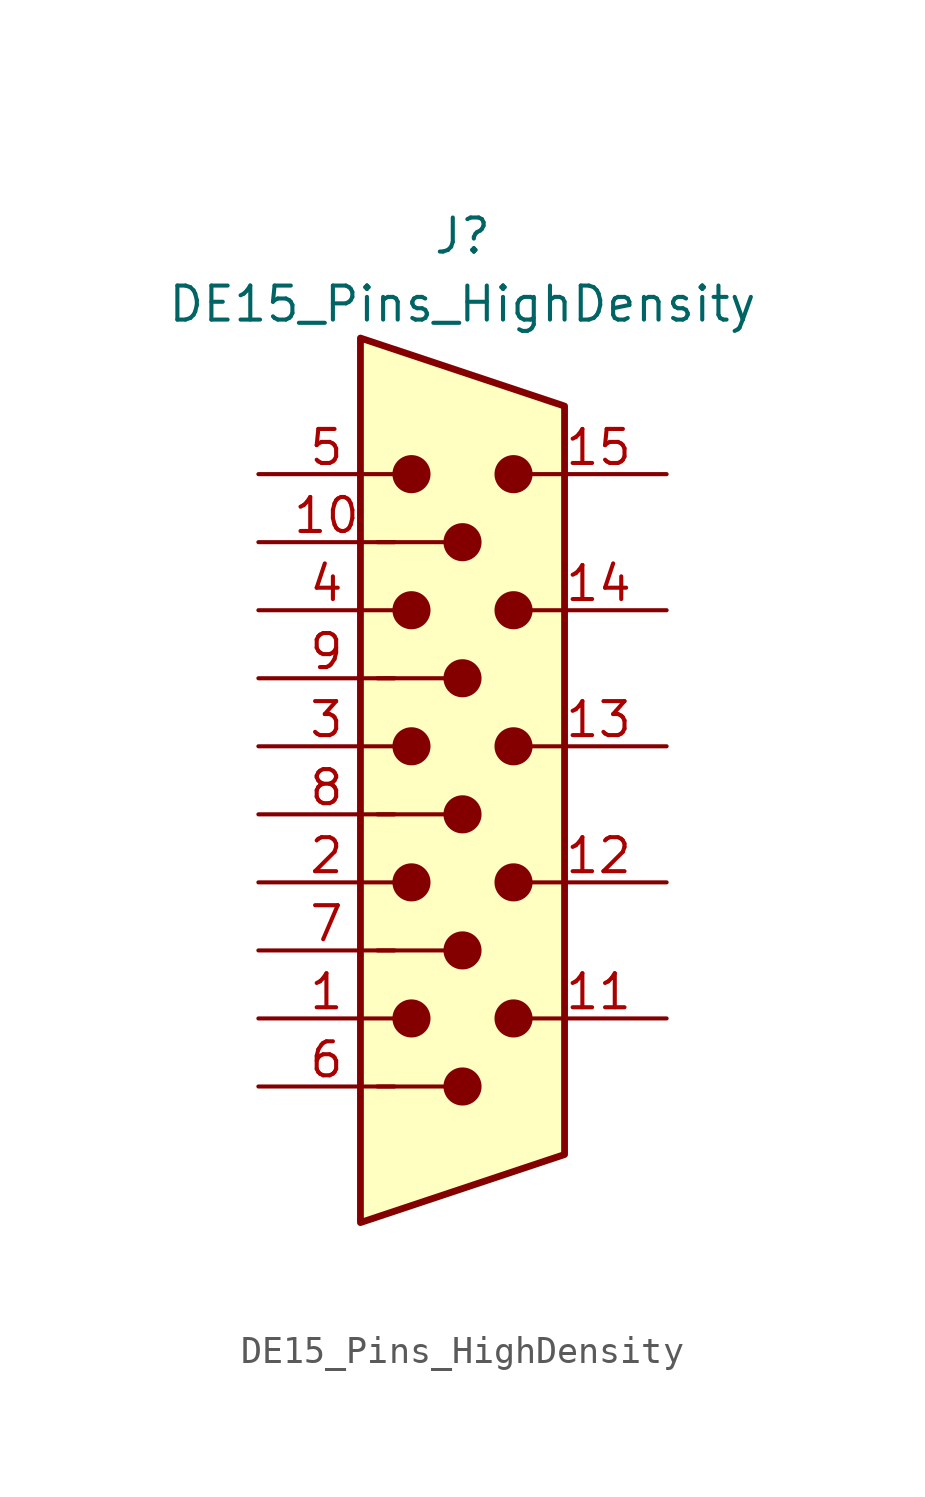
<source format=kicad_sym>
(kicad_symbol_lib
  (version 20241209)
  (generator "kicad_symbol_editor")
  (generator_version "9.0")
  (symbol "DE15_Pins_HighDensity"
    (pin_names
      (offset 1.016)
      (hide yes))
    (property "Reference" "J"
      (at 0 21.59 0)
      (effects (font (size 1.27 1.27))))
    (property "Value" "DE15_Pins_HighDensity"
      (at 0 19.05 0)
      (effects (font (size 1.27 1.27))))
    (symbol "DE15_Pins_HighDensity_0_1"
      (polyline (pts (xy -3.81 17.78) (xy -3.81 -15.24) (xy 3.81 -12.7) (xy 3.81 15.24) (xy -3.81 17.78)) (stroke (width 0.254) (type default)) (fill (type background)))
      (polyline (pts (xy -3.175 -5.08) (xy -0.635 -5.08)) (stroke (width 0) (type default)) (fill (type none)))
      (circle (center -1.905 12.7) (radius 0.635) (stroke (width 0) (type default)) (fill (type outline)))
      (circle (center -1.905 7.62) (radius 0.635) (stroke (width 0) (type default)) (fill (type outline)))
      (circle (center -1.905 2.54) (radius 0.635) (stroke (width 0) (type default)) (fill (type outline)))
      (circle (center -1.905 -2.54) (radius 0.635) (stroke (width 0) (type default)) (fill (type outline)))
      (circle (center -1.905 -7.62) (radius 0.635) (stroke (width 0) (type default)) (fill (type outline)))
      (polyline (pts (xy -0.635 10.16) (xy -3.175 10.16)) (stroke (width 0) (type default)) (fill (type none)))
      (polyline (pts (xy -0.635 5.08) (xy -3.175 5.08)) (stroke (width 0) (type default)) (fill (type none)))
      (polyline (pts (xy -0.635 0) (xy -3.175 0)) (stroke (width 0) (type default)) (fill (type none)))
      (polyline (pts (xy -0.635 -10.16) (xy -3.175 -10.16)) (stroke (width 0) (type default)) (fill (type none)))
      (circle (center 0 10.16) (radius 0.635) (stroke (width 0) (type default)) (fill (type outline)))
      (circle (center 0 5.08) (radius 0.635) (stroke (width 0) (type default)) (fill (type outline)))
      (circle (center 0 0) (radius 0.635) (stroke (width 0) (type default)) (fill (type outline)))
      (circle (center 0 -5.08) (radius 0.635) (stroke (width 0) (type default)) (fill (type outline)))
      (circle (center 0 -10.16) (radius 0.635) (stroke (width 0) (type default)) (fill (type outline)))
      (circle (center 1.905 12.7) (radius 0.635) (stroke (width 0) (type default)) (fill (type outline)))
      (circle (center 1.905 7.62) (radius 0.635) (stroke (width 0) (type default)) (fill (type outline)))
      (circle (center 1.905 2.54) (radius 0.635) (stroke (width 0) (type default)) (fill (type outline)))
      (circle (center 1.905 -2.54) (radius 0.635) (stroke (width 0) (type default)) (fill (type outline)))
      (circle (center 1.905 -7.62) (radius 0.635) (stroke (width 0) (type default)) (fill (type outline))))
    (symbol "DE15_Pins_HighDensity_1_1"
      (pin passive line (at -7.62 12.7 0) (length 5.08) (name "~" (effects (font (size 1.27 1.27)))) (number "5" (effects (font (size 1.27 1.27)))))
      (pin passive line (at -7.62 10.16 0) (length 5.08) (name "~" (effects (font (size 1.27 1.27)))) (number "10" (effects (font (size 1.27 1.27)))))
      (pin passive line (at -7.62 7.62 0) (length 5.08) (name "~" (effects (font (size 1.27 1.27)))) (number "4" (effects (font (size 1.27 1.27)))))
      (pin passive line (at -7.62 5.08 0) (length 5.08) (name "~" (effects (font (size 1.27 1.27)))) (number "9" (effects (font (size 1.27 1.27)))))
      (pin passive line (at -7.62 2.54 0) (length 5.08) (name "~" (effects (font (size 1.27 1.27)))) (number "3" (effects (font (size 1.27 1.27)))))
      (pin passive line (at -7.62 0 0) (length 5.08) (name "~" (effects (font (size 1.27 1.27)))) (number "8" (effects (font (size 1.27 1.27)))))
      (pin passive line (at -7.62 -2.54 0) (length 5.08) (name "~" (effects (font (size 1.27 1.27)))) (number "2" (effects (font (size 1.27 1.27)))))
      (pin passive line (at -7.62 -5.08 0) (length 5.08) (name "~" (effects (font (size 1.27 1.27)))) (number "7" (effects (font (size 1.27 1.27)))))
      (pin passive line (at -7.62 -7.62 0) (length 5.08) (name "~" (effects (font (size 1.27 1.27)))) (number "1" (effects (font (size 1.27 1.27)))))
      (pin passive line (at -7.62 -10.16 0) (length 5.08) (name "~" (effects (font (size 1.27 1.27)))) (number "6" (effects (font (size 1.27 1.27)))))
      (pin passive line (at 7.62 12.7 180) (length 5.08) (name "~" (effects (font (size 1.27 1.27)))) (number "15" (effects (font (size 1.27 1.27)))))
      (pin passive line (at 7.62 7.62 180) (length 5.08) (name "~" (effects (font (size 1.27 1.27)))) (number "14" (effects (font (size 1.27 1.27)))))
      (pin passive line (at 7.62 2.54 180) (length 5.08) (name "~" (effects (font (size 1.27 1.27)))) (number "13" (effects (font (size 1.27 1.27)))))
      (pin passive line (at 7.62 -2.54 180) (length 5.08) (name "~" (effects (font (size 1.27 1.27)))) (number "12" (effects (font (size 1.27 1.27)))))
      (pin passive line (at 7.62 -7.62 180) (length 5.08) (name "~" (effects (font (size 1.27 1.27)))) (number "11" (effects (font (size 1.27 1.27))))))))
</source>
